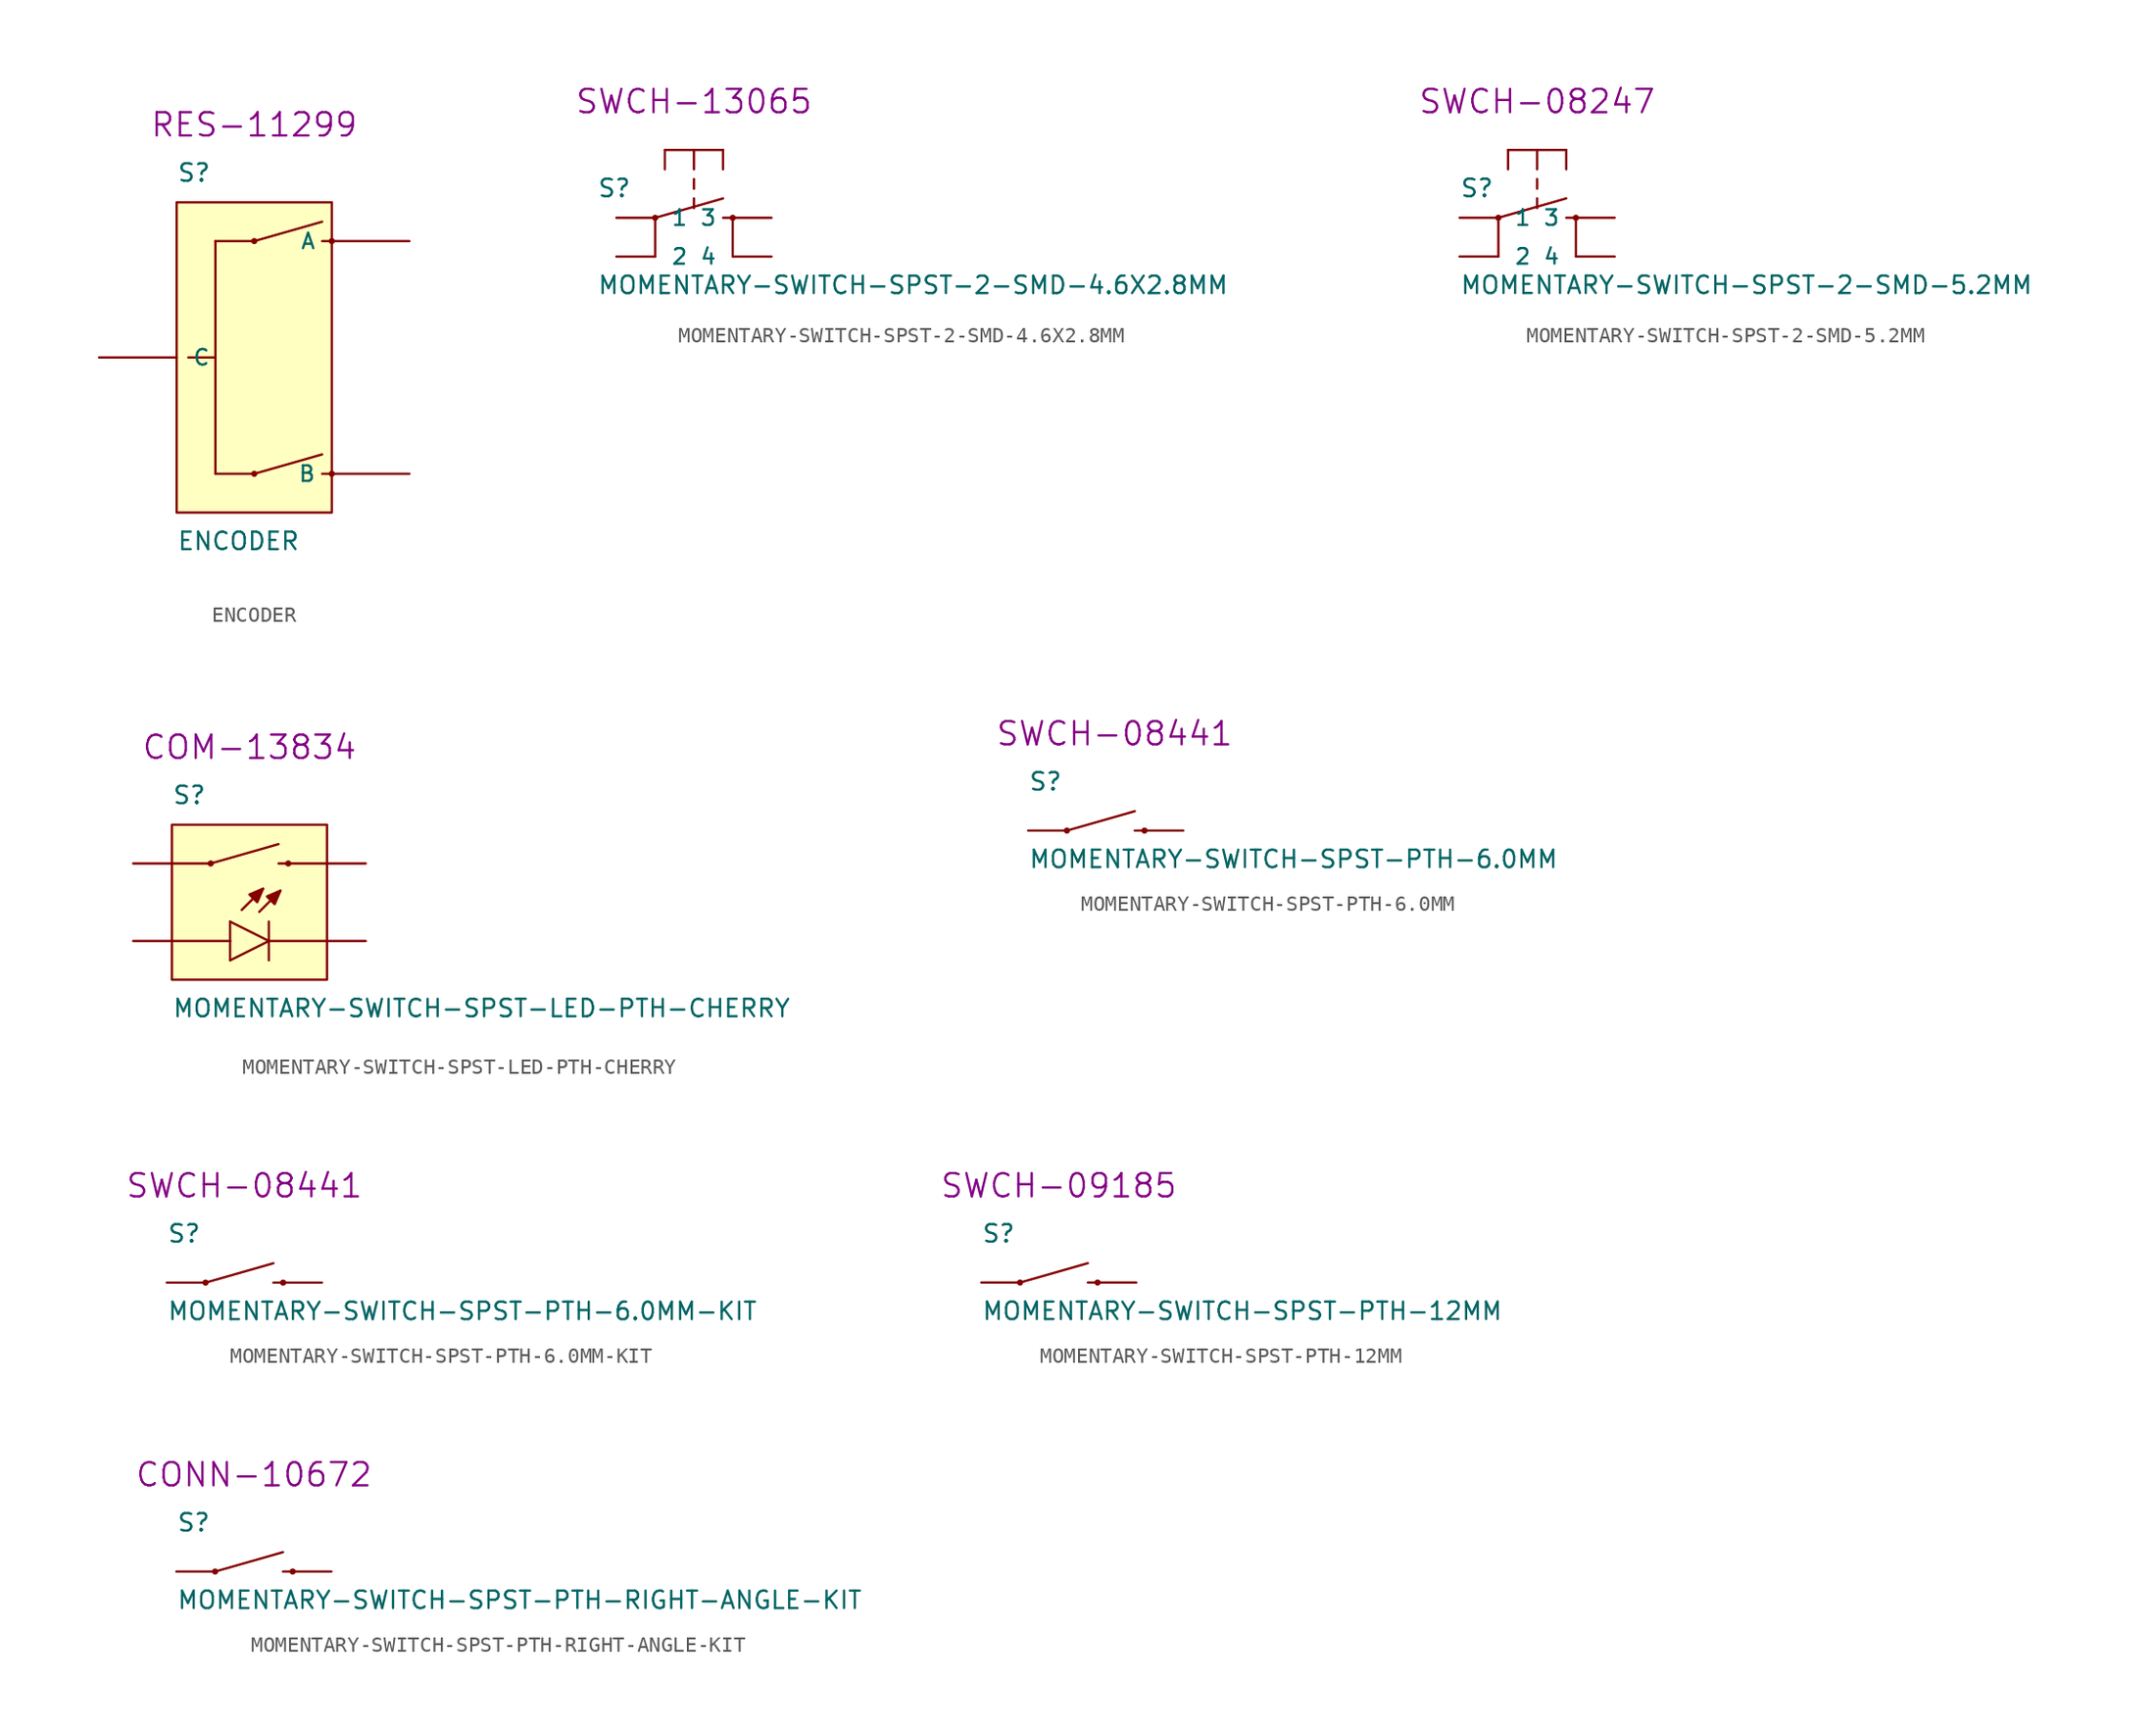
<source format=kicad_sym>
(kicad_symbol_lib
  (version 20201005)
  (generator kicad_symbol_editor)
  (symbol "ENCODER"
    (pin_numbers hide)
    (pin_names
      (offset 1.016))
    (property "Reference" "S"
      (at -5.08 11.43 0)
      (effects (font (size 1.143 1.143)) (justify left bottom)))
    (property "Value" "ENCODER"
      (at -5.08 -12.7 0)
      (effects (font (size 1.143 1.143)) (justify left bottom)))
    (property "Field4" "RES-11299"
      (at 0 15.24 0)
      (effects (font (size 1.524 1.524))))
    (property "ki_locked" ""
      (at 0 0 0)
      (effects (font (size 1.27 1.27))))
    (symbol "ENCODER_1_0"
      (polyline (pts (xy -2.54 -7.62) (xy 0 -7.62)) (stroke (width 0)) (fill (type none)))
      (polyline (pts (xy -2.54 0) (xy -4.318 0)) (stroke (width 0)) (fill (type none)))
      (polyline (pts (xy -2.54 0) (xy -2.54 -7.62)) (stroke (width 0)) (fill (type none)))
      (polyline (pts (xy -2.54 7.62) (xy -2.54 0)) (stroke (width 0)) (fill (type none)))
      (polyline (pts (xy 0 -7.62) (xy 4.445 -6.35)) (stroke (width 0)) (fill (type none)))
      (polyline (pts (xy 0 7.62) (xy -2.54 7.62)) (stroke (width 0)) (fill (type none)))
      (polyline (pts (xy 0 7.62) (xy 4.445 8.89)) (stroke (width 0)) (fill (type none)))
      (polyline (pts (xy 4.445 -7.62) (xy 5.08 -7.62)) (stroke (width 0)) (fill (type none)))
      (polyline (pts (xy 4.445 7.62) (xy 5.08 7.62)) (stroke (width 0)) (fill (type none))))
    (symbol "ENCODER_1_1"
      (circle (center 0 -7.62) (radius 0.127) (stroke (width 0)) (fill (type outline)))
      (circle (center 0 7.62) (radius 0.127) (stroke (width 0)) (fill (type outline)))
      (circle (center 5.08 -7.62) (radius 0.127) (stroke (width 0)) (fill (type outline)))
      (circle (center 5.08 7.62) (radius 0.127) (stroke (width 0)) (fill (type outline)))
      (polyline (pts (xy 5.08 10.16) (xy -5.08 10.16) (xy -5.08 -10.16) (xy 5.08 -10.16) (xy 5.08 10.16)) (stroke (width 0)) (fill (type background)))
      (pin bidirectional line (at 10.16 7.62 180) (length 5.08) (name "A" (effects (font (size 1.016 1.016)))) (number "A" (effects (font (size 1.016 1.016)))))
      (pin bidirectional line (at 10.16 -7.62 180) (length 5.08) (name "B" (effects (font (size 1.016 1.016)))) (number "B" (effects (font (size 1.016 1.016)))))
      (pin bidirectional line (at -10.16 0 0) (length 5.08) (name "C" (effects (font (size 1.016 1.016)))) (number "C" (effects (font (size 1.016 1.016)))))))
  (symbol "MOMENTARY-SWITCH-SPST-2-SMD-4.6X2.8MM"
    (pin_numbers hide)
    (pin_names
      (offset 1.016))
    (property "Reference" "S"
      (at -6.35 1.27 0)
      (effects (font (size 1.143 1.143)) (justify left bottom)))
    (property "Value" "MOMENTARY-SWITCH-SPST-2-SMD-4.6X2.8MM"
      (at -6.35 -5.08 0)
      (effects (font (size 1.143 1.143)) (justify left bottom)))
    (property "Field4" "SWCH-13065"
      (at 0 7.62 0)
      (effects (font (size 1.524 1.524))))
    (property "ki_locked" ""
      (at 0 0 0)
      (effects (font (size 1.27 1.27))))
    (symbol "MOMENTARY-SWITCH-SPST-2-SMD-4.6X2.8MM_1_0"
      (polyline (pts (xy -2.54 -2.54) (xy -2.54 0)) (stroke (width 0)) (fill (type none)))
      (polyline (pts (xy -2.54 0) (xy 1.905 1.27)) (stroke (width 0)) (fill (type none)))
      (polyline (pts (xy -1.905 4.445) (xy -1.905 3.175)) (stroke (width 0)) (fill (type none)))
      (polyline (pts (xy 0 1.27) (xy 0 0.635)) (stroke (width 0)) (fill (type none)))
      (polyline (pts (xy 0 2.54) (xy 0 1.905)) (stroke (width 0)) (fill (type none)))
      (polyline (pts (xy 0 4.445) (xy -1.905 4.445)) (stroke (width 0)) (fill (type none)))
      (polyline (pts (xy 0 4.445) (xy 0 3.175)) (stroke (width 0)) (fill (type none)))
      (polyline (pts (xy 1.905 0) (xy 2.54 0)) (stroke (width 0)) (fill (type none)))
      (polyline (pts (xy 1.905 4.445) (xy 0 4.445)) (stroke (width 0)) (fill (type none)))
      (polyline (pts (xy 1.905 4.445) (xy 1.905 3.175)) (stroke (width 0)) (fill (type none)))
      (polyline (pts (xy 2.54 -2.54) (xy 2.54 0)) (stroke (width 0)) (fill (type none))))
    (symbol "MOMENTARY-SWITCH-SPST-2-SMD-4.6X2.8MM_1_1"
      (circle (center -2.54 0) (radius 0.127) (stroke (width 0)) (fill (type outline)))
      (circle (center 2.54 0) (radius 0.127) (stroke (width 0)) (fill (type outline)))
      (pin passive line (at -5.08 0 0) (length 2.54) (name "1" (effects (font (size 1.016 1.016)))) (number "1" (effects (font (size 1.016 1.016)))))
      (pin passive line (at -5.08 -2.54 0) (length 2.54) (name "2" (effects (font (size 1.016 1.016)))) (number "2" (effects (font (size 1.016 1.016)))))
      (pin passive line (at 5.08 0 180) (length 2.54) (name "3" (effects (font (size 1.016 1.016)))) (number "3" (effects (font (size 1.016 1.016)))))
      (pin passive line (at 5.08 -2.54 180) (length 2.54) (name "4" (effects (font (size 1.016 1.016)))) (number "4" (effects (font (size 1.016 1.016)))))))
  (symbol "MOMENTARY-SWITCH-SPST-2-SMD-5.2MM"
    (pin_numbers hide)
    (pin_names
      (offset 1.016))
    (property "Reference" "S"
      (at -5.08 1.27 0)
      (effects (font (size 1.143 1.143)) (justify left bottom)))
    (property "Value" "MOMENTARY-SWITCH-SPST-2-SMD-5.2MM"
      (at -5.08 -5.08 0)
      (effects (font (size 1.143 1.143)) (justify left bottom)))
    (property "Field4" "SWCH-08247"
      (at 0 7.62 0)
      (effects (font (size 1.524 1.524))))
    (property "ki_locked" ""
      (at 0 0 0)
      (effects (font (size 1.27 1.27))))
    (symbol "MOMENTARY-SWITCH-SPST-2-SMD-5.2MM_1_0"
      (polyline (pts (xy -2.54 -2.54) (xy -2.54 0)) (stroke (width 0)) (fill (type none)))
      (polyline (pts (xy -2.54 0) (xy 1.905 1.27)) (stroke (width 0)) (fill (type none)))
      (polyline (pts (xy -1.905 4.445) (xy -1.905 3.175)) (stroke (width 0)) (fill (type none)))
      (polyline (pts (xy 0 1.27) (xy 0 0.635)) (stroke (width 0)) (fill (type none)))
      (polyline (pts (xy 0 2.54) (xy 0 1.905)) (stroke (width 0)) (fill (type none)))
      (polyline (pts (xy 0 4.445) (xy -1.905 4.445)) (stroke (width 0)) (fill (type none)))
      (polyline (pts (xy 0 4.445) (xy 0 3.175)) (stroke (width 0)) (fill (type none)))
      (polyline (pts (xy 1.905 0) (xy 2.54 0)) (stroke (width 0)) (fill (type none)))
      (polyline (pts (xy 1.905 4.445) (xy 0 4.445)) (stroke (width 0)) (fill (type none)))
      (polyline (pts (xy 1.905 4.445) (xy 1.905 3.175)) (stroke (width 0)) (fill (type none)))
      (polyline (pts (xy 2.54 -2.54) (xy 2.54 0)) (stroke (width 0)) (fill (type none))))
    (symbol "MOMENTARY-SWITCH-SPST-2-SMD-5.2MM_1_1"
      (circle (center -2.54 0) (radius 0.127) (stroke (width 0)) (fill (type outline)))
      (circle (center 2.54 0) (radius 0.127) (stroke (width 0)) (fill (type outline)))
      (pin passive line (at -5.08 0 0) (length 2.54) (name "1" (effects (font (size 1.016 1.016)))) (number "1" (effects (font (size 1.016 1.016)))))
      (pin passive line (at -5.08 -2.54 0) (length 2.54) (name "2" (effects (font (size 1.016 1.016)))) (number "2" (effects (font (size 1.016 1.016)))))
      (pin passive line (at 5.08 0 180) (length 2.54) (name "3" (effects (font (size 1.016 1.016)))) (number "3" (effects (font (size 1.016 1.016)))))
      (pin passive line (at 5.08 -2.54 180) (length 2.54) (name "4" (effects (font (size 1.016 1.016)))) (number "4" (effects (font (size 1.016 1.016)))))))
  (symbol "MOMENTARY-SWITCH-SPST-LED-PTH-CHERRY"
    (pin_numbers hide)
    (pin_names
      (offset 1.016) hide)
    (property "Reference" "S"
      (at -5.08 6.35 0)
      (effects (font (size 1.143 1.143)) (justify left bottom)))
    (property "Value" "MOMENTARY-SWITCH-SPST-LED-PTH-CHERRY"
      (at -5.08 -7.62 0)
      (effects (font (size 1.143 1.143)) (justify left bottom)))
    (property "Field4" "COM-13834"
      (at 0 10.16 0)
      (effects (font (size 1.524 1.524))))
    (property "ki_locked" ""
      (at 0 0 0)
      (effects (font (size 1.27 1.27))))
    (symbol "MOMENTARY-SWITCH-SPST-LED-PTH-CHERRY_1_0"
      (polyline (pts (xy -5.08 -2.54) (xy -1.27 -2.54)) (stroke (width 0)) (fill (type none)))
      (polyline (pts (xy -5.08 2.54) (xy -2.54 2.54)) (stroke (width 0)) (fill (type none)))
      (polyline (pts (xy -2.54 2.54) (xy 1.905 3.81)) (stroke (width 0)) (fill (type none)))
      (polyline (pts (xy -1.27 -3.81) (xy -1.27 -2.54)) (stroke (width 0)) (fill (type none)))
      (polyline (pts (xy -1.27 -3.81) (xy 1.27 -2.54)) (stroke (width 0)) (fill (type none)))
      (polyline (pts (xy -1.27 -2.54) (xy -1.27 -1.27)) (stroke (width 0)) (fill (type none)))
      (polyline (pts (xy -0.508 -0.508) (xy 0.889 0.889)) (stroke (width 0)) (fill (type none)))
      (polyline (pts (xy 0.635 -0.635) (xy 2.032 0.762)) (stroke (width 0)) (fill (type none)))
      (polyline (pts (xy 1.27 -3.81) (xy 1.27 -2.54)) (stroke (width 0)) (fill (type none)))
      (polyline (pts (xy 1.27 -2.54) (xy -1.27 -1.27)) (stroke (width 0)) (fill (type none)))
      (polyline (pts (xy 1.27 -2.54) (xy 1.27 -1.27)) (stroke (width 0)) (fill (type none)))
      (polyline (pts (xy 1.27 -2.54) (xy 5.08 -2.54)) (stroke (width 0)) (fill (type none)))
      (polyline (pts (xy 1.905 2.54) (xy 5.08 2.54)) (stroke (width 0)) (fill (type none))))
    (symbol "MOMENTARY-SWITCH-SPST-LED-PTH-CHERRY_1_1"
      (circle (center -2.54 2.54) (radius 0.127) (stroke (width 0)) (fill (type outline)))
      (circle (center 2.54 2.54) (radius 0.127) (stroke (width 0)) (fill (type outline)))
      (polyline (pts (xy 0.889 0.889) (xy 0 0.508) (xy 0 0.508) (xy 0.508 0) (xy 0.508 0) (xy 0.889 0.889)) (stroke (width 0)) (fill (type outline)))
      (polyline (pts (xy 2.032 0.762) (xy 1.143 0.381) (xy 1.143 0.381) (xy 1.651 -0.127) (xy 1.651 -0.127) (xy 2.032 0.762)) (stroke (width 0)) (fill (type outline)))
      (polyline (pts (xy -5.08 5.08) (xy -5.08 2.54) (xy -5.08 -2.54) (xy -5.08 -5.08) (xy 5.08 -5.08) (xy 5.08 -2.54) (xy 5.08 2.54) (xy 5.08 5.08) (xy -5.08 5.08)) (stroke (width 0)) (fill (type background)))
      (pin passive line (at -7.62 -2.54 0) (length 2.54) (name "A" (effects (font (size 1.016 1.016)))) (number "A" (effects (font (size 1.016 1.016)))))
      (pin passive line (at 7.62 -2.54 180) (length 2.54) (name "C" (effects (font (size 1.016 1.016)))) (number "K" (effects (font (size 1.016 1.016)))))
      (pin passive line (at -7.62 2.54 0) (length 2.54) (name "1" (effects (font (size 1.016 1.016)))) (number "S1" (effects (font (size 1.016 1.016)))))
      (pin passive line (at 7.62 2.54 180) (length 2.54) (name "2" (effects (font (size 1.016 1.016)))) (number "S2" (effects (font (size 1.016 1.016)))))))
  (symbol "MOMENTARY-SWITCH-SPST-PTH-6.0MM"
    (pin_numbers hide)
    (pin_names
      (offset 1.016) hide)
    (property "Reference" "S"
      (at -5.08 2.54 0)
      (effects (font (size 1.143 1.143)) (justify left bottom)))
    (property "Value" "MOMENTARY-SWITCH-SPST-PTH-6.0MM"
      (at -5.08 -2.54 0)
      (effects (font (size 1.143 1.143)) (justify left bottom)))
    (property "Field4" " SWCH-08441"
      (at 0 6.35 0)
      (effects (font (size 1.524 1.524))))
    (property "ki_locked" ""
      (at 0 0 0)
      (effects (font (size 1.27 1.27))))
    (symbol "MOMENTARY-SWITCH-SPST-PTH-6.0MM_1_0"
      (polyline (pts (xy -2.54 0) (xy 1.905 1.27)) (stroke (width 0)) (fill (type none)))
      (polyline (pts (xy 1.905 0) (xy 2.54 0)) (stroke (width 0)) (fill (type none))))
    (symbol "MOMENTARY-SWITCH-SPST-PTH-6.0MM_1_1"
      (circle (center -2.54 0) (radius 0.127) (stroke (width 0)) (fill (type outline)))
      (circle (center 2.54 0) (radius 0.127) (stroke (width 0)) (fill (type outline)))
      (pin passive line (at -5.08 0 0) (length 2.54) (name "1" (effects (font (size 1.016 1.016)))) (number "1" (effects (font (size 1.016 1.016)))))
      (pin passive line (at 5.08 0 180) (length 2.54) (name "2" (effects (font (size 1.016 1.016)))) (number "3" (effects (font (size 1.016 1.016)))))))
  (symbol "MOMENTARY-SWITCH-SPST-PTH-6.0MM-KIT"
    (pin_numbers hide)
    (pin_names
      (offset 1.016) hide)
    (property "Reference" "S"
      (at -5.08 2.54 0)
      (effects (font (size 1.143 1.143)) (justify left bottom)))
    (property "Value" "MOMENTARY-SWITCH-SPST-PTH-6.0MM-KIT"
      (at -5.08 -2.54 0)
      (effects (font (size 1.143 1.143)) (justify left bottom)))
    (property "Field4" "SWCH-08441"
      (at 0 6.35 0)
      (effects (font (size 1.524 1.524))))
    (property "ki_locked" ""
      (at 0 0 0)
      (effects (font (size 1.27 1.27))))
    (symbol "MOMENTARY-SWITCH-SPST-PTH-6.0MM-KIT_1_0"
      (polyline (pts (xy -2.54 0) (xy 1.905 1.27)) (stroke (width 0)) (fill (type none)))
      (polyline (pts (xy 1.905 0) (xy 2.54 0)) (stroke (width 0)) (fill (type none))))
    (symbol "MOMENTARY-SWITCH-SPST-PTH-6.0MM-KIT_1_1"
      (circle (center -2.54 0) (radius 0.127) (stroke (width 0)) (fill (type outline)))
      (circle (center 2.54 0) (radius 0.127) (stroke (width 0)) (fill (type outline)))
      (pin passive line (at -5.08 0 0) (length 2.54) (name "1" (effects (font (size 1.016 1.016)))) (number "1" (effects (font (size 1.016 1.016)))))
      (pin passive line (at 5.08 0 180) (length 2.54) (name "2" (effects (font (size 1.016 1.016)))) (number "3" (effects (font (size 1.016 1.016)))))))
  (symbol "MOMENTARY-SWITCH-SPST-PTH-12MM"
    (pin_numbers hide)
    (pin_names
      (offset 1.016) hide)
    (property "Reference" "S"
      (at -5.08 2.54 0)
      (effects (font (size 1.143 1.143)) (justify left bottom)))
    (property "Value" "MOMENTARY-SWITCH-SPST-PTH-12MM"
      (at -5.08 -2.54 0)
      (effects (font (size 1.143 1.143)) (justify left bottom)))
    (property "Field4" "SWCH-09185"
      (at 0 6.35 0)
      (effects (font (size 1.524 1.524))))
    (property "ki_locked" ""
      (at 0 0 0)
      (effects (font (size 1.27 1.27))))
    (symbol "MOMENTARY-SWITCH-SPST-PTH-12MM_1_0"
      (polyline (pts (xy -2.54 0) (xy 1.905 1.27)) (stroke (width 0)) (fill (type none)))
      (polyline (pts (xy 1.905 0) (xy 2.54 0)) (stroke (width 0)) (fill (type none))))
    (symbol "MOMENTARY-SWITCH-SPST-PTH-12MM_1_1"
      (circle (center -2.54 0) (radius 0.127) (stroke (width 0)) (fill (type outline)))
      (circle (center 2.54 0) (radius 0.127) (stroke (width 0)) (fill (type outline)))
      (pin passive line (at -5.08 0 0) (length 2.54) (name "1" (effects (font (size 1.016 1.016)))) (number "1" (effects (font (size 1.016 1.016)))))
      (pin passive line (at 5.08 0 180) (length 2.54) (name "2" (effects (font (size 1.016 1.016)))) (number "3" (effects (font (size 1.016 1.016)))))))
  (symbol "MOMENTARY-SWITCH-SPST-PTH-RIGHT-ANGLE-KIT"
    (pin_numbers hide)
    (pin_names
      (offset 1.016) hide)
    (property "Reference" "S"
      (at -5.08 2.54 0)
      (effects (font (size 1.143 1.143)) (justify left bottom)))
    (property "Value" "MOMENTARY-SWITCH-SPST-PTH-RIGHT-ANGLE-KIT"
      (at -5.08 -2.54 0)
      (effects (font (size 1.143 1.143)) (justify left bottom)))
    (property "Field4" "CONN-10672"
      (at 0 6.35 0)
      (effects (font (size 1.524 1.524))))
    (property "ki_locked" ""
      (at 0 0 0)
      (effects (font (size 1.27 1.27))))
    (symbol "MOMENTARY-SWITCH-SPST-PTH-RIGHT-ANGLE-KIT_1_0"
      (polyline (pts (xy -2.54 0) (xy 1.905 1.27)) (stroke (width 0)) (fill (type none)))
      (polyline (pts (xy 1.905 0) (xy 2.54 0)) (stroke (width 0)) (fill (type none))))
    (symbol "MOMENTARY-SWITCH-SPST-PTH-RIGHT-ANGLE-KIT_1_1"
      (circle (center -2.54 0) (radius 0.127) (stroke (width 0)) (fill (type outline)))
      (circle (center 2.54 0) (radius 0.127) (stroke (width 0)) (fill (type outline)))
      (pin passive line (at -5.08 0 0) (length 2.54) (name "1" (effects (font (size 1.016 1.016)))) (number "1" (effects (font (size 1.016 1.016)))))
      (pin passive line (at 5.08 0 180) (length 2.54) (name "2" (effects (font (size 1.016 1.016)))) (number "2" (effects (font (size 1.016 1.016))))))))
</source>
